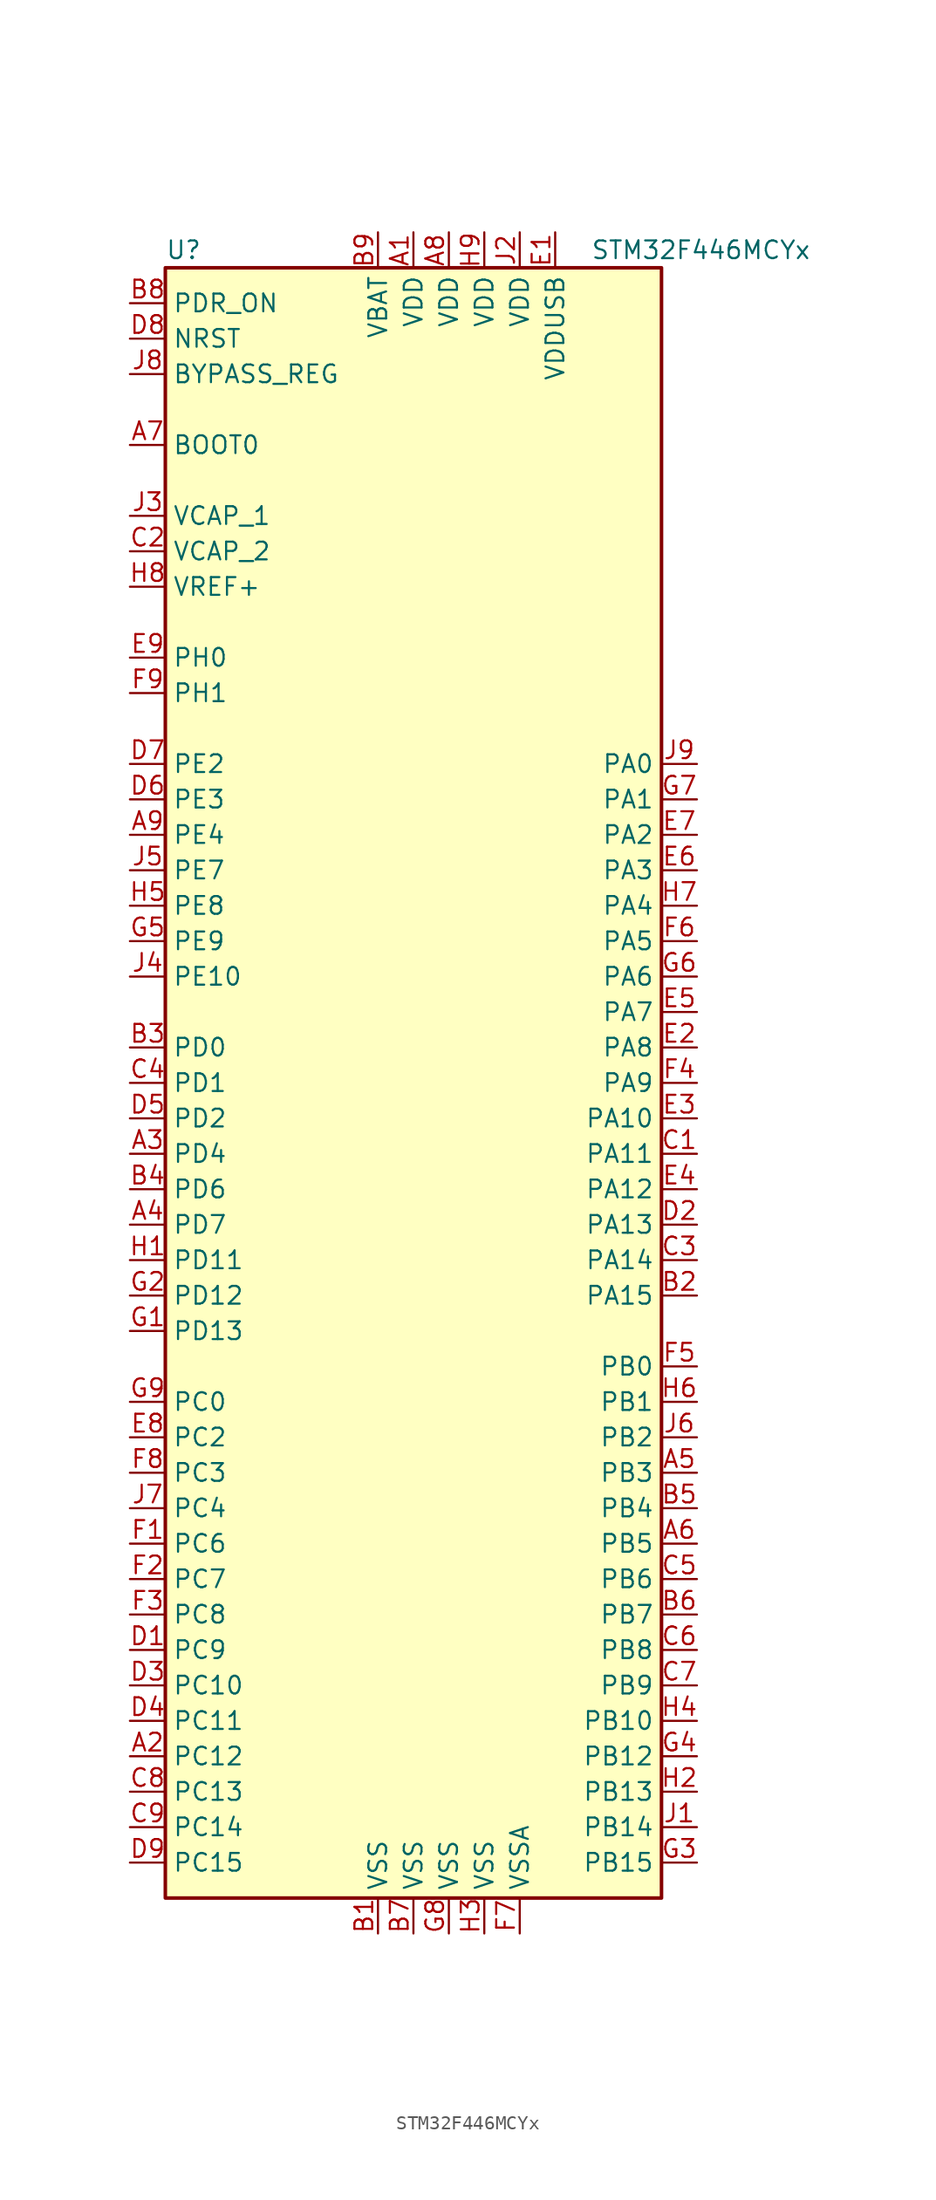
<source format=kicad_sym>
(kicad_symbol_lib
  (version 20211014)
  (generator kicad_symbol_editor)
  (symbol "STM32F446MCYx"
    (property "Reference" "U"
      (at -17.78 59.69 0)
      (effects (font (size 1.27 1.27)) (justify left)))
    (property "Value" "STM32F446MCYx"
      (at 12.7 59.69 0)
      (effects (font (size 1.27 1.27)) (justify left)))
    (symbol "STM32F446MCYx_0_1"
      (rectangle (start -17.78 -58.42) (end 17.78 58.42) (stroke (width 0.254) (type default) (color 0 0 0 0)) (fill (type background))))
    (symbol "STM32F446MCYx_1_1"
      (pin power_in line (at 0 60.96 270) (length 2.54) (name "VDD" (effects (font (size 1.27 1.27)))) (number "A1" (effects (font (size 1.27 1.27)))))
      (pin bidirectional line (at -20.32 -48.26 0) (length 2.54) (name "PC12" (effects (font (size 1.27 1.27)))) (number "A2" (effects (font (size 1.27 1.27)))))
      (pin bidirectional line (at -20.32 -5.08 0) (length 2.54) (name "PD4" (effects (font (size 1.27 1.27)))) (number "A3" (effects (font (size 1.27 1.27)))))
      (pin bidirectional line (at -20.32 -10.16 0) (length 2.54) (name "PD7" (effects (font (size 1.27 1.27)))) (number "A4" (effects (font (size 1.27 1.27)))))
      (pin bidirectional line (at 20.32 -27.94 180) (length 2.54) (name "PB3" (effects (font (size 1.27 1.27)))) (number "A5" (effects (font (size 1.27 1.27)))))
      (pin bidirectional line (at 20.32 -33.02 180) (length 2.54) (name "PB5" (effects (font (size 1.27 1.27)))) (number "A6" (effects (font (size 1.27 1.27)))))
      (pin input line (at -20.32 45.72 0) (length 2.54) (name "BOOT0" (effects (font (size 1.27 1.27)))) (number "A7" (effects (font (size 1.27 1.27)))))
      (pin power_in line (at 2.54 60.96 270) (length 2.54) (name "VDD" (effects (font (size 1.27 1.27)))) (number "A8" (effects (font (size 1.27 1.27)))))
      (pin bidirectional line (at -20.32 17.78 0) (length 2.54) (name "PE4" (effects (font (size 1.27 1.27)))) (number "A9" (effects (font (size 1.27 1.27)))))
      (pin power_in line (at -2.54 -60.96 90) (length 2.54) (name "VSS" (effects (font (size 1.27 1.27)))) (number "B1" (effects (font (size 1.27 1.27)))))
      (pin bidirectional line (at 20.32 -15.24 180) (length 2.54) (name "PA15" (effects (font (size 1.27 1.27)))) (number "B2" (effects (font (size 1.27 1.27)))))
      (pin bidirectional line (at -20.32 2.54 0) (length 2.54) (name "PD0" (effects (font (size 1.27 1.27)))) (number "B3" (effects (font (size 1.27 1.27)))))
      (pin bidirectional line (at -20.32 -7.62 0) (length 2.54) (name "PD6" (effects (font (size 1.27 1.27)))) (number "B4" (effects (font (size 1.27 1.27)))))
      (pin bidirectional line (at 20.32 -30.48 180) (length 2.54) (name "PB4" (effects (font (size 1.27 1.27)))) (number "B5" (effects (font (size 1.27 1.27)))))
      (pin bidirectional line (at 20.32 -38.1 180) (length 2.54) (name "PB7" (effects (font (size 1.27 1.27)))) (number "B6" (effects (font (size 1.27 1.27)))))
      (pin power_in line (at 0 -60.96 90) (length 2.54) (name "VSS" (effects (font (size 1.27 1.27)))) (number "B7" (effects (font (size 1.27 1.27)))))
      (pin input line (at -20.32 55.88 0) (length 2.54) (name "PDR_ON" (effects (font (size 1.27 1.27)))) (number "B8" (effects (font (size 1.27 1.27)))))
      (pin power_in line (at -2.54 60.96 270) (length 2.54) (name "VBAT" (effects (font (size 1.27 1.27)))) (number "B9" (effects (font (size 1.27 1.27)))))
      (pin bidirectional line (at 20.32 -5.08 180) (length 2.54) (name "PA11" (effects (font (size 1.27 1.27)))) (number "C1" (effects (font (size 1.27 1.27)))))
      (pin power_in line (at -20.32 38.1 0) (length 2.54) (name "VCAP_2" (effects (font (size 1.27 1.27)))) (number "C2" (effects (font (size 1.27 1.27)))))
      (pin bidirectional line (at 20.32 -12.7 180) (length 2.54) (name "PA14" (effects (font (size 1.27 1.27)))) (number "C3" (effects (font (size 1.27 1.27)))))
      (pin bidirectional line (at -20.32 0 0) (length 2.54) (name "PD1" (effects (font (size 1.27 1.27)))) (number "C4" (effects (font (size 1.27 1.27)))))
      (pin bidirectional line (at 20.32 -35.56 180) (length 2.54) (name "PB6" (effects (font (size 1.27 1.27)))) (number "C5" (effects (font (size 1.27 1.27)))))
      (pin bidirectional line (at 20.32 -40.64 180) (length 2.54) (name "PB8" (effects (font (size 1.27 1.27)))) (number "C6" (effects (font (size 1.27 1.27)))))
      (pin bidirectional line (at 20.32 -43.18 180) (length 2.54) (name "PB9" (effects (font (size 1.27 1.27)))) (number "C7" (effects (font (size 1.27 1.27)))))
      (pin bidirectional line (at -20.32 -50.8 0) (length 2.54) (name "PC13" (effects (font (size 1.27 1.27)))) (number "C8" (effects (font (size 1.27 1.27)))))
      (pin bidirectional line (at -20.32 -53.34 0) (length 2.54) (name "PC14" (effects (font (size 1.27 1.27)))) (number "C9" (effects (font (size 1.27 1.27)))))
      (pin bidirectional line (at -20.32 -40.64 0) (length 2.54) (name "PC9" (effects (font (size 1.27 1.27)))) (number "D1" (effects (font (size 1.27 1.27)))))
      (pin bidirectional line (at 20.32 -10.16 180) (length 2.54) (name "PA13" (effects (font (size 1.27 1.27)))) (number "D2" (effects (font (size 1.27 1.27)))))
      (pin bidirectional line (at -20.32 -43.18 0) (length 2.54) (name "PC10" (effects (font (size 1.27 1.27)))) (number "D3" (effects (font (size 1.27 1.27)))))
      (pin bidirectional line (at -20.32 -45.72 0) (length 2.54) (name "PC11" (effects (font (size 1.27 1.27)))) (number "D4" (effects (font (size 1.27 1.27)))))
      (pin bidirectional line (at -20.32 -2.54 0) (length 2.54) (name "PD2" (effects (font (size 1.27 1.27)))) (number "D5" (effects (font (size 1.27 1.27)))))
      (pin bidirectional line (at -20.32 20.32 0) (length 2.54) (name "PE3" (effects (font (size 1.27 1.27)))) (number "D6" (effects (font (size 1.27 1.27)))))
      (pin bidirectional line (at -20.32 22.86 0) (length 2.54) (name "PE2" (effects (font (size 1.27 1.27)))) (number "D7" (effects (font (size 1.27 1.27)))))
      (pin input line (at -20.32 53.34 0) (length 2.54) (name "NRST" (effects (font (size 1.27 1.27)))) (number "D8" (effects (font (size 1.27 1.27)))))
      (pin bidirectional line (at -20.32 -55.88 0) (length 2.54) (name "PC15" (effects (font (size 1.27 1.27)))) (number "D9" (effects (font (size 1.27 1.27)))))
      (pin power_in line (at 10.16 60.96 270) (length 2.54) (name "VDDUSB" (effects (font (size 1.27 1.27)))) (number "E1" (effects (font (size 1.27 1.27)))))
      (pin bidirectional line (at 20.32 2.54 180) (length 2.54) (name "PA8" (effects (font (size 1.27 1.27)))) (number "E2" (effects (font (size 1.27 1.27)))))
      (pin bidirectional line (at 20.32 -2.54 180) (length 2.54) (name "PA10" (effects (font (size 1.27 1.27)))) (number "E3" (effects (font (size 1.27 1.27)))))
      (pin bidirectional line (at 20.32 -7.62 180) (length 2.54) (name "PA12" (effects (font (size 1.27 1.27)))) (number "E4" (effects (font (size 1.27 1.27)))))
      (pin bidirectional line (at 20.32 5.08 180) (length 2.54) (name "PA7" (effects (font (size 1.27 1.27)))) (number "E5" (effects (font (size 1.27 1.27)))))
      (pin bidirectional line (at 20.32 15.24 180) (length 2.54) (name "PA3" (effects (font (size 1.27 1.27)))) (number "E6" (effects (font (size 1.27 1.27)))))
      (pin bidirectional line (at 20.32 17.78 180) (length 2.54) (name "PA2" (effects (font (size 1.27 1.27)))) (number "E7" (effects (font (size 1.27 1.27)))))
      (pin bidirectional line (at -20.32 -25.4 0) (length 2.54) (name "PC2" (effects (font (size 1.27 1.27)))) (number "E8" (effects (font (size 1.27 1.27)))))
      (pin input line (at -20.32 30.48 0) (length 2.54) (name "PH0" (effects (font (size 1.27 1.27)))) (number "E9" (effects (font (size 1.27 1.27)))))
      (pin bidirectional line (at -20.32 -33.02 0) (length 2.54) (name "PC6" (effects (font (size 1.27 1.27)))) (number "F1" (effects (font (size 1.27 1.27)))))
      (pin bidirectional line (at -20.32 -35.56 0) (length 2.54) (name "PC7" (effects (font (size 1.27 1.27)))) (number "F2" (effects (font (size 1.27 1.27)))))
      (pin bidirectional line (at -20.32 -38.1 0) (length 2.54) (name "PC8" (effects (font (size 1.27 1.27)))) (number "F3" (effects (font (size 1.27 1.27)))))
      (pin bidirectional line (at 20.32 0 180) (length 2.54) (name "PA9" (effects (font (size 1.27 1.27)))) (number "F4" (effects (font (size 1.27 1.27)))))
      (pin bidirectional line (at 20.32 -20.32 180) (length 2.54) (name "PB0" (effects (font (size 1.27 1.27)))) (number "F5" (effects (font (size 1.27 1.27)))))
      (pin bidirectional line (at 20.32 10.16 180) (length 2.54) (name "PA5" (effects (font (size 1.27 1.27)))) (number "F6" (effects (font (size 1.27 1.27)))))
      (pin power_in line (at 7.62 -60.96 90) (length 2.54) (name "VSSA" (effects (font (size 1.27 1.27)))) (number "F7" (effects (font (size 1.27 1.27)))))
      (pin bidirectional line (at -20.32 -27.94 0) (length 2.54) (name "PC3" (effects (font (size 1.27 1.27)))) (number "F8" (effects (font (size 1.27 1.27)))))
      (pin input line (at -20.32 27.94 0) (length 2.54) (name "PH1" (effects (font (size 1.27 1.27)))) (number "F9" (effects (font (size 1.27 1.27)))))
      (pin bidirectional line (at -20.32 -17.78 0) (length 2.54) (name "PD13" (effects (font (size 1.27 1.27)))) (number "G1" (effects (font (size 1.27 1.27)))))
      (pin bidirectional line (at -20.32 -15.24 0) (length 2.54) (name "PD12" (effects (font (size 1.27 1.27)))) (number "G2" (effects (font (size 1.27 1.27)))))
      (pin bidirectional line (at 20.32 -55.88 180) (length 2.54) (name "PB15" (effects (font (size 1.27 1.27)))) (number "G3" (effects (font (size 1.27 1.27)))))
      (pin bidirectional line (at 20.32 -48.26 180) (length 2.54) (name "PB12" (effects (font (size 1.27 1.27)))) (number "G4" (effects (font (size 1.27 1.27)))))
      (pin bidirectional line (at -20.32 10.16 0) (length 2.54) (name "PE9" (effects (font (size 1.27 1.27)))) (number "G5" (effects (font (size 1.27 1.27)))))
      (pin bidirectional line (at 20.32 7.62 180) (length 2.54) (name "PA6" (effects (font (size 1.27 1.27)))) (number "G6" (effects (font (size 1.27 1.27)))))
      (pin bidirectional line (at 20.32 20.32 180) (length 2.54) (name "PA1" (effects (font (size 1.27 1.27)))) (number "G7" (effects (font (size 1.27 1.27)))))
      (pin power_in line (at 2.54 -60.96 90) (length 2.54) (name "VSS" (effects (font (size 1.27 1.27)))) (number "G8" (effects (font (size 1.27 1.27)))))
      (pin bidirectional line (at -20.32 -22.86 0) (length 2.54) (name "PC0" (effects (font (size 1.27 1.27)))) (number "G9" (effects (font (size 1.27 1.27)))))
      (pin bidirectional line (at -20.32 -12.7 0) (length 2.54) (name "PD11" (effects (font (size 1.27 1.27)))) (number "H1" (effects (font (size 1.27 1.27)))))
      (pin bidirectional line (at 20.32 -50.8 180) (length 2.54) (name "PB13" (effects (font (size 1.27 1.27)))) (number "H2" (effects (font (size 1.27 1.27)))))
      (pin power_in line (at 5.08 -60.96 90) (length 2.54) (name "VSS" (effects (font (size 1.27 1.27)))) (number "H3" (effects (font (size 1.27 1.27)))))
      (pin bidirectional line (at 20.32 -45.72 180) (length 2.54) (name "PB10" (effects (font (size 1.27 1.27)))) (number "H4" (effects (font (size 1.27 1.27)))))
      (pin bidirectional line (at -20.32 12.7 0) (length 2.54) (name "PE8" (effects (font (size 1.27 1.27)))) (number "H5" (effects (font (size 1.27 1.27)))))
      (pin bidirectional line (at 20.32 -22.86 180) (length 2.54) (name "PB1" (effects (font (size 1.27 1.27)))) (number "H6" (effects (font (size 1.27 1.27)))))
      (pin bidirectional line (at 20.32 12.7 180) (length 2.54) (name "PA4" (effects (font (size 1.27 1.27)))) (number "H7" (effects (font (size 1.27 1.27)))))
      (pin power_in line (at -20.32 35.56 0) (length 2.54) (name "VREF+" (effects (font (size 1.27 1.27)))) (number "H8" (effects (font (size 1.27 1.27)))))
      (pin power_in line (at 5.08 60.96 270) (length 2.54) (name "VDD" (effects (font (size 1.27 1.27)))) (number "H9" (effects (font (size 1.27 1.27)))))
      (pin bidirectional line (at 20.32 -53.34 180) (length 2.54) (name "PB14" (effects (font (size 1.27 1.27)))) (number "J1" (effects (font (size 1.27 1.27)))))
      (pin power_in line (at 7.62 60.96 270) (length 2.54) (name "VDD" (effects (font (size 1.27 1.27)))) (number "J2" (effects (font (size 1.27 1.27)))))
      (pin power_in line (at -20.32 40.64 0) (length 2.54) (name "VCAP_1" (effects (font (size 1.27 1.27)))) (number "J3" (effects (font (size 1.27 1.27)))))
      (pin bidirectional line (at -20.32 7.62 0) (length 2.54) (name "PE10" (effects (font (size 1.27 1.27)))) (number "J4" (effects (font (size 1.27 1.27)))))
      (pin bidirectional line (at -20.32 15.24 0) (length 2.54) (name "PE7" (effects (font (size 1.27 1.27)))) (number "J5" (effects (font (size 1.27 1.27)))))
      (pin bidirectional line (at 20.32 -25.4 180) (length 2.54) (name "PB2" (effects (font (size 1.27 1.27)))) (number "J6" (effects (font (size 1.27 1.27)))))
      (pin bidirectional line (at -20.32 -30.48 0) (length 2.54) (name "PC4" (effects (font (size 1.27 1.27)))) (number "J7" (effects (font (size 1.27 1.27)))))
      (pin input line (at -20.32 50.8 0) (length 2.54) (name "BYPASS_REG" (effects (font (size 1.27 1.27)))) (number "J8" (effects (font (size 1.27 1.27)))))
      (pin bidirectional line (at 20.32 22.86 180) (length 2.54) (name "PA0" (effects (font (size 1.27 1.27)))) (number "J9" (effects (font (size 1.27 1.27))))))))
</source>
